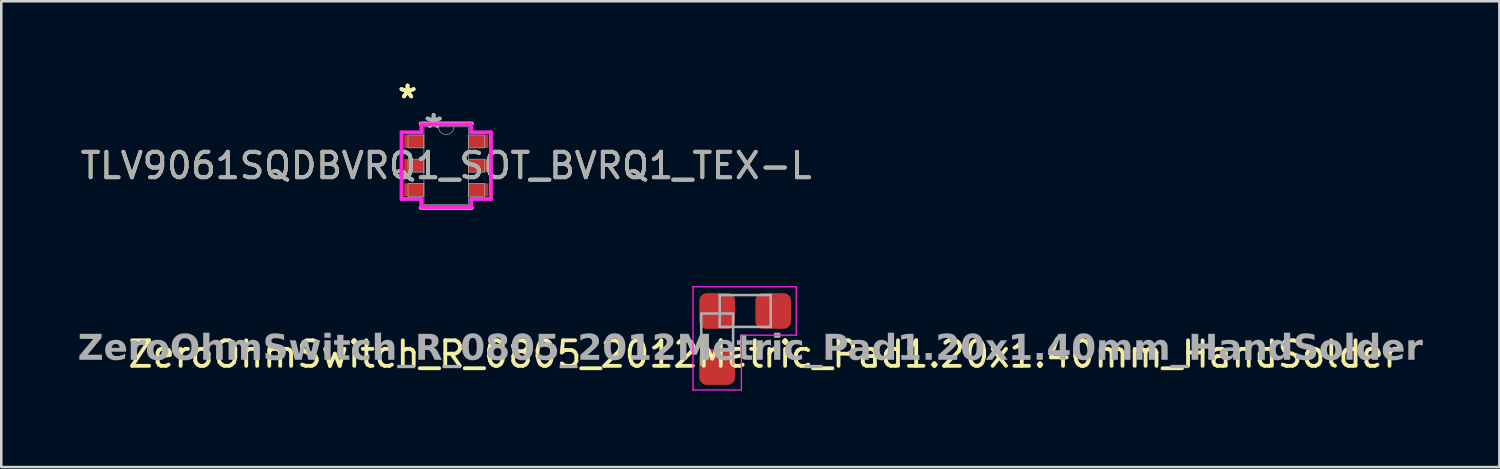
<source format=kicad_pcb>
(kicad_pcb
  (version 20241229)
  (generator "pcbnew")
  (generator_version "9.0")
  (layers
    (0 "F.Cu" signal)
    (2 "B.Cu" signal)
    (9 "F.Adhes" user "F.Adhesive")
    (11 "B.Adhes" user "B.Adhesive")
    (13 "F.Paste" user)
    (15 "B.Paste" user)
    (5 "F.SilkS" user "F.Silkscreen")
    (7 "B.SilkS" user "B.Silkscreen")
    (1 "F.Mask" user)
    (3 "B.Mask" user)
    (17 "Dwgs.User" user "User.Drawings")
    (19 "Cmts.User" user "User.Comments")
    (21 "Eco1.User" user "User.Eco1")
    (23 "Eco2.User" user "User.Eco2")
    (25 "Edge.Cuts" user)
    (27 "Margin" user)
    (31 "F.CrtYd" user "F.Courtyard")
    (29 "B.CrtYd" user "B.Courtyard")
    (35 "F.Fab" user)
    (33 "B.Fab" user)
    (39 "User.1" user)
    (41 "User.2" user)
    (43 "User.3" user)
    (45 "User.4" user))
  (footprint "TLV9061SQDBVRQ1_SOT_BVRQ1_TEX-L"
    (layer "F.Cu")
    (at 14.458 3.449)
    (property "Reference" "TLV9061SQDBVRQ1_SOT_BVRQ1_TEX-L" (at 0 0 0) (unlocked yes) (layer "F.SilkS") (effects (font (size 1 1) (thickness 0.15))))
    (attr smd)
    (fp_line (start -1.003 1.651) (end 1.003 1.651) (stroke (width 0.152) (type solid)) (layer "F.SilkS"))
    (fp_line (start 1.003 -1.651) (end -1.003 -1.651) (stroke (width 0.152) (type solid)) (layer "F.SilkS"))
    (fp_line (start -1.753 -1.306) (end -0.978 -1.306) (stroke (width 0.152) (type solid)) (layer "F.CrtYd"))
    (fp_line (start -1.753 1.306) (end -1.753 -1.306) (stroke (width 0.152) (type solid)) (layer "F.CrtYd"))
    (fp_line (start -1.753 1.306) (end -0.978 1.306) (stroke (width 0.152) (type solid)) (layer "F.CrtYd"))
    (fp_line (start -0.978 -1.626) (end 0.978 -1.626) (stroke (width 0.152) (type solid)) (layer "F.CrtYd"))
    (fp_line (start -0.978 -1.306) (end -0.978 -1.626) (stroke (width 0.152) (type solid)) (layer "F.CrtYd"))
    (fp_line (start -0.978 1.626) (end -0.978 1.306) (stroke (width 0.152) (type solid)) (layer "F.CrtYd"))
    (fp_line (start 0.978 -1.626) (end 0.978 -1.306) (stroke (width 0.152) (type solid)) (layer "F.CrtYd"))
    (fp_line (start 0.978 1.306) (end 0.978 1.626) (stroke (width 0.152) (type solid)) (layer "F.CrtYd"))
    (fp_line (start 0.978 1.626) (end -0.978 1.626) (stroke (width 0.152) (type solid)) (layer "F.CrtYd"))
    (fp_line (start 1.753 -1.306) (end 0.978 -1.306) (stroke (width 0.152) (type solid)) (layer "F.CrtYd"))
    (fp_line (start 1.753 -1.306) (end 1.753 1.306) (stroke (width 0.152) (type solid)) (layer "F.CrtYd"))
    (fp_line (start 1.753 1.306) (end 0.978 1.306) (stroke (width 0.152) (type solid)) (layer "F.CrtYd"))
    (fp_line (start -1.499 -1.204) (end -1.499 -0.696) (stroke (width 0.025) (type solid)) (layer "F.Fab"))
    (fp_line (start -1.499 -0.696) (end -0.876 -0.696) (stroke (width 0.025) (type solid)) (layer "F.Fab"))
    (fp_line (start -1.499 -0.254) (end -1.499 0.254) (stroke (width 0.025) (type solid)) (layer "F.Fab"))
    (fp_line (start -1.499 0.254) (end -0.876 0.254) (stroke (width 0.025) (type solid)) (layer "F.Fab"))
    (fp_line (start -1.499 0.696) (end -1.499 1.204) (stroke (width 0.025) (type solid)) (layer "F.Fab"))
    (fp_line (start -1.499 1.204) (end -0.876 1.204) (stroke (width 0.025) (type solid)) (layer "F.Fab"))
    (fp_line (start -0.876 -1.524) (end -0.876 1.524) (stroke (width 0.025) (type solid)) (layer "F.Fab"))
    (fp_line (start -0.876 -1.204) (end -1.499 -1.204) (stroke (width 0.025) (type solid)) (layer "F.Fab"))
    (fp_line (start -0.876 -0.696) (end -0.876 -1.204) (stroke (width 0.025) (type solid)) (layer "F.Fab"))
    (fp_line (start -0.876 -0.254) (end -1.499 -0.254) (stroke (width 0.025) (type solid)) (layer "F.Fab"))
    (fp_line (start -0.876 0.254) (end -0.876 -0.254) (stroke (width 0.025) (type solid)) (layer "F.Fab"))
    (fp_line (start -0.876 0.696) (end -1.499 0.696) (stroke (width 0.025) (type solid)) (layer "F.Fab"))
    (fp_line (start -0.876 1.204) (end -0.876 0.696) (stroke (width 0.025) (type solid)) (layer "F.Fab"))
    (fp_line (start -0.876 1.524) (end 0.876 1.524) (stroke (width 0.025) (type solid)) (layer "F.Fab"))
    (fp_line (start 0.876 -1.524) (end -0.876 -1.524) (stroke (width 0.025) (type solid)) (layer "F.Fab"))
    (fp_line (start 0.876 -1.204) (end 0.876 -0.696) (stroke (width 0.025) (type solid)) (layer "F.Fab"))
    (fp_line (start 0.876 -0.696) (end 1.499 -0.696) (stroke (width 0.025) (type solid)) (layer "F.Fab"))
    (fp_line (start 0.876 -0.254) (end 0.876 0.254) (stroke (width 0.025) (type solid)) (layer "F.Fab"))
    (fp_line (start 0.876 0.254) (end 1.499 0.254) (stroke (width 0.025) (type solid)) (layer "F.Fab"))
    (fp_line (start 0.876 0.696) (end 0.876 1.204) (stroke (width 0.025) (type solid)) (layer "F.Fab"))
    (fp_line (start 0.876 1.204) (end 1.499 1.204) (stroke (width 0.025) (type solid)) (layer "F.Fab"))
    (fp_line (start 0.876 1.524) (end 0.876 -1.524) (stroke (width 0.025) (type solid)) (layer "F.Fab"))
    (fp_line (start 1.499 -1.204) (end 0.876 -1.204) (stroke (width 0.025) (type solid)) (layer "F.Fab"))
    (fp_line (start 1.499 -0.696) (end 1.499 -1.204) (stroke (width 0.025) (type solid)) (layer "F.Fab"))
    (fp_line (start 1.499 -0.254) (end 0.876 -0.254) (stroke (width 0.025) (type solid)) (layer "F.Fab"))
    (fp_line (start 1.499 0.254) (end 1.499 -0.254) (stroke (width 0.025) (type solid)) (layer "F.Fab"))
    (fp_line (start 1.499 0.696) (end 0.876 0.696) (stroke (width 0.025) (type solid)) (layer "F.Fab"))
    (fp_line (start 1.499 1.204) (end 1.499 0.696) (stroke (width 0.025) (type solid)) (layer "F.Fab"))
    (fp_arc (start 0.3048 -1.524) (mid 0 -1.2192) (end -0.3048 -1.524) (stroke (width 0.0254) (type solid)) (layer "F.Fab"))
    (fp_text user "*" (at -1.518 -2.601 0) (layer "F.SilkS") (effects (font (size 1 1) (thickness 0.15))))
    (fp_text user "*" (at -1.518 -2.601 0) (unlocked yes) (layer "F.SilkS") (effects (font (size 1 1) (thickness 0.15))))
    (fp_text user "${REFERENCE}" (at 0 0 0) (unlocked yes) (layer "F.Fab") (effects (font (size 1 1) (thickness 0.15))))
    (fp_text user "*" (at -0.495 -1.448 0) (layer "F.Fab") (effects (font (size 1 1) (thickness 0.15))))
    (fp_text user "*" (at -0.495 -1.448 0) (unlocked yes) (layer "F.Fab") (effects (font (size 1 1) (thickness 0.15))))
    (pad "1" smd rect (at -1.264 -0.95) (size 0.775 0.508) (layers "F.Cu" "F.Mask" "F.Paste"))
    (pad "2" smd rect (at -1.264 0) (size 0.775 0.508) (layers "F.Cu" "F.Mask" "F.Paste"))
    (pad "3" smd rect (at -1.264 0.95) (size 0.775 0.508) (layers "F.Cu" "F.Mask" "F.Paste"))
    (pad "4" smd rect (at 1.264 0.95) (size 0.775 0.508) (layers "F.Cu" "F.Mask" "F.Paste"))
    (pad "5" smd rect (at 1.264 0) (size 0.775 0.508) (layers "F.Cu" "F.Mask" "F.Paste"))
    (pad "6" smd rect (at 1.264 -0.95) (size 0.775 0.508) (layers "F.Cu" "F.Mask" "F.Paste")))
  (footprint "ZeroOhmSwitch_R_0805_2012Metric_Pad1.20x1.40mm_HandSolder"
    (layer "F.Cu")
    (at 25.088 9.151)
    (property "Reference" "ZeroOhmSwitch_R_0805_2012Metric_Pad1.20x1.40mm_HandSolder" (at 1.832 1.697 180) (layer "F.SilkS") (effects (font (size 1 1) (thickness 0.15) (bold yes))))
    (attr smd)
    (fp_line (start -0.95 -0.95) (end -0.95 3.1) (stroke (width 0.05) (type solid)) (layer "F.CrtYd"))
    (fp_line (start -0.95 3.1) (end 0.95 3.1) (stroke (width 0.05) (type solid)) (layer "F.CrtYd"))
    (fp_line (start 0.95 0.95) (end 0.95 3.1) (stroke (width 0.05) (type solid)) (layer "F.CrtYd"))
    (fp_line (start 0.95 0.95) (end 3.1 0.95) (stroke (width 0.05) (type solid)) (layer "F.CrtYd"))
    (fp_line (start 3.1 -0.95) (end -0.95 -0.95) (stroke (width 0.05) (type solid)) (layer "F.CrtYd"))
    (fp_line (start 3.1 0.95) (end 3.1 -0.95) (stroke (width 0.05) (type solid)) (layer "F.CrtYd"))
    (fp_line (start -0.625 0.1) (end -0.625 2.1) (stroke (width 0.1) (type solid)) (layer "F.Fab"))
    (fp_line (start 0.1 -0.625) (end 0.1 0.625) (stroke (width 0.1) (type solid)) (layer "F.Fab"))
    (fp_line (start 0.1 0.625) (end 2.1 0.625) (stroke (width 0.1) (type solid)) (layer "F.Fab"))
    (fp_line (start 0.625 0.1) (end -0.625 0.1) (stroke (width 0.1) (type solid)) (layer "F.Fab"))
    (fp_line (start 0.625 2.1) (end 0.625 0.1) (stroke (width 0.1) (type solid)) (layer "F.Fab"))
    (fp_line (start 2.1 -0.625) (end 0.1 -0.625) (stroke (width 0.1) (type solid)) (layer "F.Fab"))
    (fp_line (start 2.1 0.625) (end 2.1 -0.625) (stroke (width 0.1) (type solid)) (layer "F.Fab"))
    (fp_text user "${REFERENCE}" (at 1.3 1.5 180) (layer "F.Fab") (effects (font (face "Bahnschrift") (size 1 1) (thickness 0.15) (bold yes))))
    (pad "1" smd roundrect (at 0 0 270) (size 1.4 1.4) (layers "F.Cu" "F.Mask" "F.Paste") (roundrect_rratio 0.208))
    (pad "2" smd roundrect (at 2.2 0) (size 1.4 1.4) (layers "F.Cu" "F.Mask" "F.Paste") (roundrect_rratio 0.208))
    (pad "3" smd roundrect (at 0 2.2 270) (size 1.4 1.4) (layers "F.Cu" "F.Mask" "F.Paste") (roundrect_rratio 0.208)))
  (gr_rect
    (start -3 -3)
    (end 55.777 15.276)
    (stroke (width 0.1) (type default))
    (fill no)
    (layer "Edge.Cuts")))
</source>
